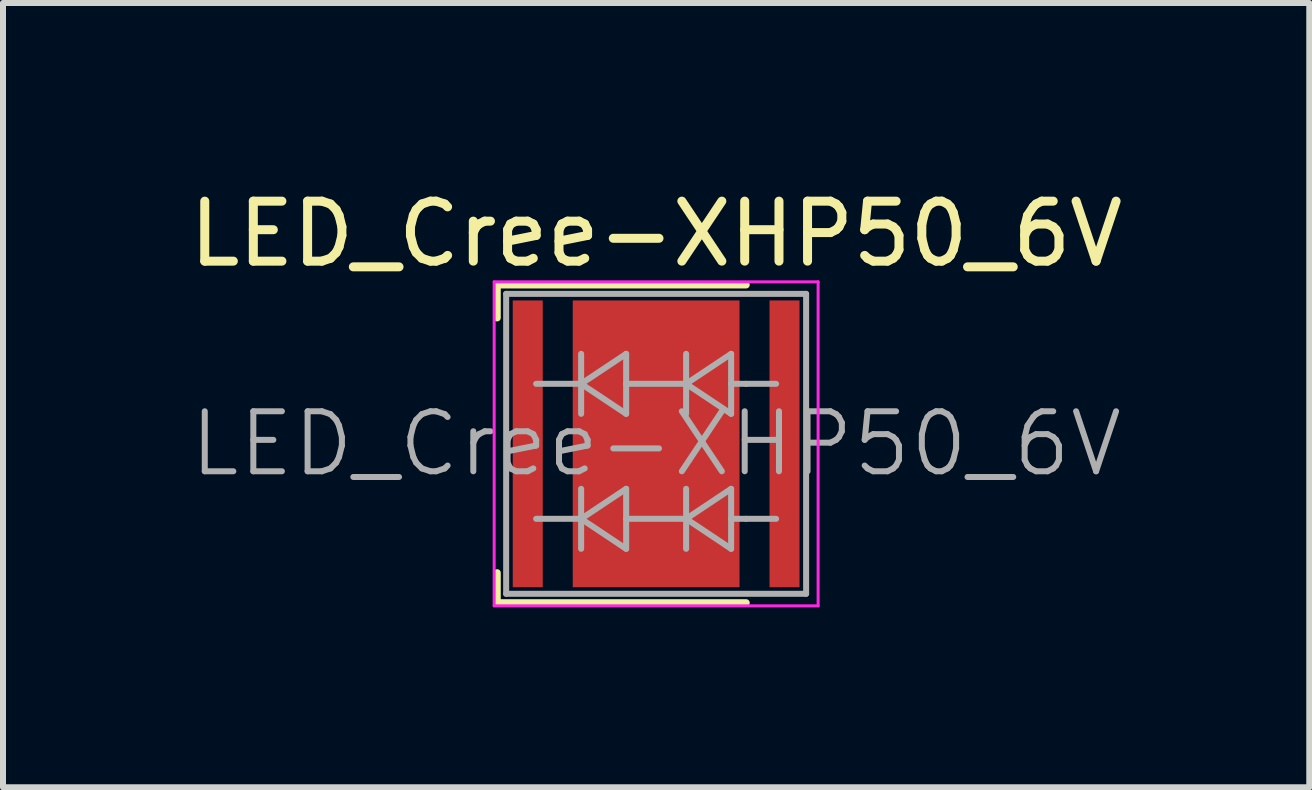
<source format=kicad_pcb>
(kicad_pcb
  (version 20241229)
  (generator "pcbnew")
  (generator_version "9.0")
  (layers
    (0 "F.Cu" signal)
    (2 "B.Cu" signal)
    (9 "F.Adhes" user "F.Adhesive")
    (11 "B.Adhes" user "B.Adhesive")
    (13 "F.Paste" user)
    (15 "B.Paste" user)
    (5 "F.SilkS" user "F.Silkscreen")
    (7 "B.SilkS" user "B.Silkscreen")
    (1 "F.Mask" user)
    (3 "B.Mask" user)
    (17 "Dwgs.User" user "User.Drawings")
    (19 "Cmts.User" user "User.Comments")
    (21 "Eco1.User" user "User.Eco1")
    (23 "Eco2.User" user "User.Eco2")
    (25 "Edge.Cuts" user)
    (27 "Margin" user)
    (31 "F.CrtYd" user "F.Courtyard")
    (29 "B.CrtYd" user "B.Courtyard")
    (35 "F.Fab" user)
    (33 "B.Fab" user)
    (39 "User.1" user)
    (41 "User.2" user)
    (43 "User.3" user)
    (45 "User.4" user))
  (footprint "LED_Cree-XHP50_6V"
    (layer "F.Cu")
    (at 7.887 4.348)
    (property "Reference" "LED_Cree-XHP50_6V" (at 0 -3.5 0) (layer "F.SilkS") (effects (font (size 1 1) (thickness 0.15))))
    (attr smd)
    (fp_line (start -2.65 -2.65) (end -2.65 -2.1) (stroke (width 0.12) (type solid)) (layer "F.SilkS"))
    (fp_line (start -2.65 2.65) (end -2.65 2.15) (stroke (width 0.12) (type solid)) (layer "F.SilkS"))
    (fp_line (start 1.5 -2.65) (end -2.65 -2.65) (stroke (width 0.12) (type solid)) (layer "F.SilkS"))
    (fp_line (start 1.5 2.65) (end -2.65 2.65) (stroke (width 0.12) (type solid)) (layer "F.SilkS"))
    (fp_line (start -2.7 -2.7) (end -2.7 2.7) (stroke (width 0.05) (type solid)) (layer "F.CrtYd"))
    (fp_line (start -2.7 2.7) (end 2.7 2.7) (stroke (width 0.05) (type solid)) (layer "F.CrtYd"))
    (fp_line (start 2.7 -2.7) (end -2.7 -2.7) (stroke (width 0.05) (type solid)) (layer "F.CrtYd"))
    (fp_line (start 2.7 2.7) (end 2.7 -2.7) (stroke (width 0.05) (type solid)) (layer "F.CrtYd"))
    (fp_line (start -2.5 -2.5) (end 2.5 -2.5) (stroke (width 0.1) (type solid)) (layer "F.Fab"))
    (fp_line (start -2.5 2.5) (end -2.5 -2.5) (stroke (width 0.1) (type solid)) (layer "F.Fab"))
    (fp_line (start -2 -1) (end -1.25 -1) (stroke (width 0.1) (type solid)) (layer "F.Fab"))
    (fp_line (start -2 1.25) (end -1.25 1.25) (stroke (width 0.1) (type solid)) (layer "F.Fab"))
    (fp_line (start -1.25 -1) (end -1.25 -1.5) (stroke (width 0.1) (type solid)) (layer "F.Fab"))
    (fp_line (start -1.25 -1) (end -1.25 -0.5) (stroke (width 0.1) (type solid)) (layer "F.Fab"))
    (fp_line (start -1.25 -1) (end -0.5 -1.5) (stroke (width 0.1) (type solid)) (layer "F.Fab"))
    (fp_line (start -1.25 1.25) (end -1.25 0.75) (stroke (width 0.1) (type solid)) (layer "F.Fab"))
    (fp_line (start -1.25 1.25) (end -1.25 1.75) (stroke (width 0.1) (type solid)) (layer "F.Fab"))
    (fp_line (start -1.25 1.25) (end -0.5 0.75) (stroke (width 0.1) (type solid)) (layer "F.Fab"))
    (fp_line (start -0.5 -1.5) (end -0.5 -0.5) (stroke (width 0.1) (type solid)) (layer "F.Fab"))
    (fp_line (start -0.5 -0.5) (end -1.25 -1) (stroke (width 0.1) (type solid)) (layer "F.Fab"))
    (fp_line (start -0.5 0.75) (end -0.5 1.75) (stroke (width 0.1) (type solid)) (layer "F.Fab"))
    (fp_line (start -0.5 1.75) (end -1.25 1.25) (stroke (width 0.1) (type solid)) (layer "F.Fab"))
    (fp_line (start 0.5 -1.5) (end 0.5 -0.5) (stroke (width 0.1) (type solid)) (layer "F.Fab"))
    (fp_line (start 0.5 -1) (end -0.5 -1) (stroke (width 0.1) (type solid)) (layer "F.Fab"))
    (fp_line (start 0.5 -1) (end 1.25 -0.5) (stroke (width 0.1) (type solid)) (layer "F.Fab"))
    (fp_line (start 0.5 0.75) (end 0.5 1.75) (stroke (width 0.1) (type solid)) (layer "F.Fab"))
    (fp_line (start 0.5 1.25) (end -0.5 1.25) (stroke (width 0.1) (type solid)) (layer "F.Fab"))
    (fp_line (start 0.5 1.25) (end 1.25 1.75) (stroke (width 0.1) (type solid)) (layer "F.Fab"))
    (fp_line (start 1.25 -1.5) (end 0.5 -1) (stroke (width 0.1) (type solid)) (layer "F.Fab"))
    (fp_line (start 1.25 -1) (end 1.25 -1.5) (stroke (width 0.1) (type solid)) (layer "F.Fab"))
    (fp_line (start 1.25 -0.5) (end 1.25 -1) (stroke (width 0.1) (type solid)) (layer "F.Fab"))
    (fp_line (start 1.25 0.75) (end 0.5 1.25) (stroke (width 0.1) (type solid)) (layer "F.Fab"))
    (fp_line (start 1.25 1.25) (end 1.25 0.75) (stroke (width 0.1) (type solid)) (layer "F.Fab"))
    (fp_line (start 1.25 1.75) (end 1.25 1.25) (stroke (width 0.1) (type solid)) (layer "F.Fab"))
    (fp_line (start 1.5 -1) (end 1.25 -1) (stroke (width 0.1) (type solid)) (layer "F.Fab"))
    (fp_line (start 1.5 -1) (end 2 -1) (stroke (width 0.1) (type solid)) (layer "F.Fab"))
    (fp_line (start 1.5 1.25) (end 1.25 1.25) (stroke (width 0.1) (type solid)) (layer "F.Fab"))
    (fp_line (start 1.5 1.25) (end 2 1.25) (stroke (width 0.1) (type solid)) (layer "F.Fab"))
    (fp_line (start 2.5 -2.5) (end 2.5 2.5) (stroke (width 0.1) (type solid)) (layer "F.Fab"))
    (fp_line (start 2.5 2.5) (end -2.5 2.5) (stroke (width 0.1) (type solid)) (layer "F.Fab"))
    (fp_text user "${REFERENCE}" (at 0 0 0) (layer "F.Fab") (effects (font (size 1 1) (thickness 0.1))))
    (pad "" smd rect (at -2.14 -1.32) (size 0.5 2.14) (layers "F.Paste"))
    (pad "" smd rect (at -2.14 -1.32) (size 0.5 2.14) (layers "F.Paste"))
    (pad "" smd rect (at -2.14 1.32) (size 0.5 2.14) (layers "F.Paste"))
    (pad "" smd rect (at -0.61 -1.575) (size 0.97 0.8) (layers "F.Paste"))
    (pad "" smd rect (at -0.61 -0.525) (size 0.97 0.8) (layers "F.Paste"))
    (pad "" smd rect (at -0.61 0.525) (size 0.97 0.8) (layers "F.Paste"))
    (pad "" smd rect (at -0.61 1.575) (size 0.97 0.8) (layers "F.Paste"))
    (pad "" smd rect (at 0.61 -1.575) (size 0.97 0.8) (layers "F.Paste"))
    (pad "" smd rect (at 0.61 -0.525) (size 0.97 0.8) (layers "F.Paste"))
    (pad "" smd rect (at 0.61 0.525) (size 0.97 0.8) (layers "F.Paste"))
    (pad "" smd rect (at 0.61 1.575) (size 0.97 0.8) (layers "F.Paste"))
    (pad "" smd rect (at 2.14 -1.32) (size 0.5 2.14) (layers "F.Paste"))
    (pad "" smd rect (at 2.14 1.32) (size 0.5 2.14) (layers "F.Paste"))
    (pad "" smd rect (at 2.14 1.32) (size 0.5 2.14) (layers "F.Paste"))
    (pad "1" smd rect (at -2.14 0) (size 0.5 4.78) (layers "F.Cu" "F.Mask"))
    (pad "2" smd rect (at 2.14 0) (size 0.5 4.78) (layers "F.Cu" "F.Mask"))
    (pad "3" smd rect (at 0 0) (size 2.78 4.78) (layers "F.Cu" "F.Mask")))
  (gr_rect
    (start -3 -3)
    (end 18.774 10.073)
    (stroke (width 0.1) (type default))
    (fill no)
    (layer "Edge.Cuts")))
</source>
